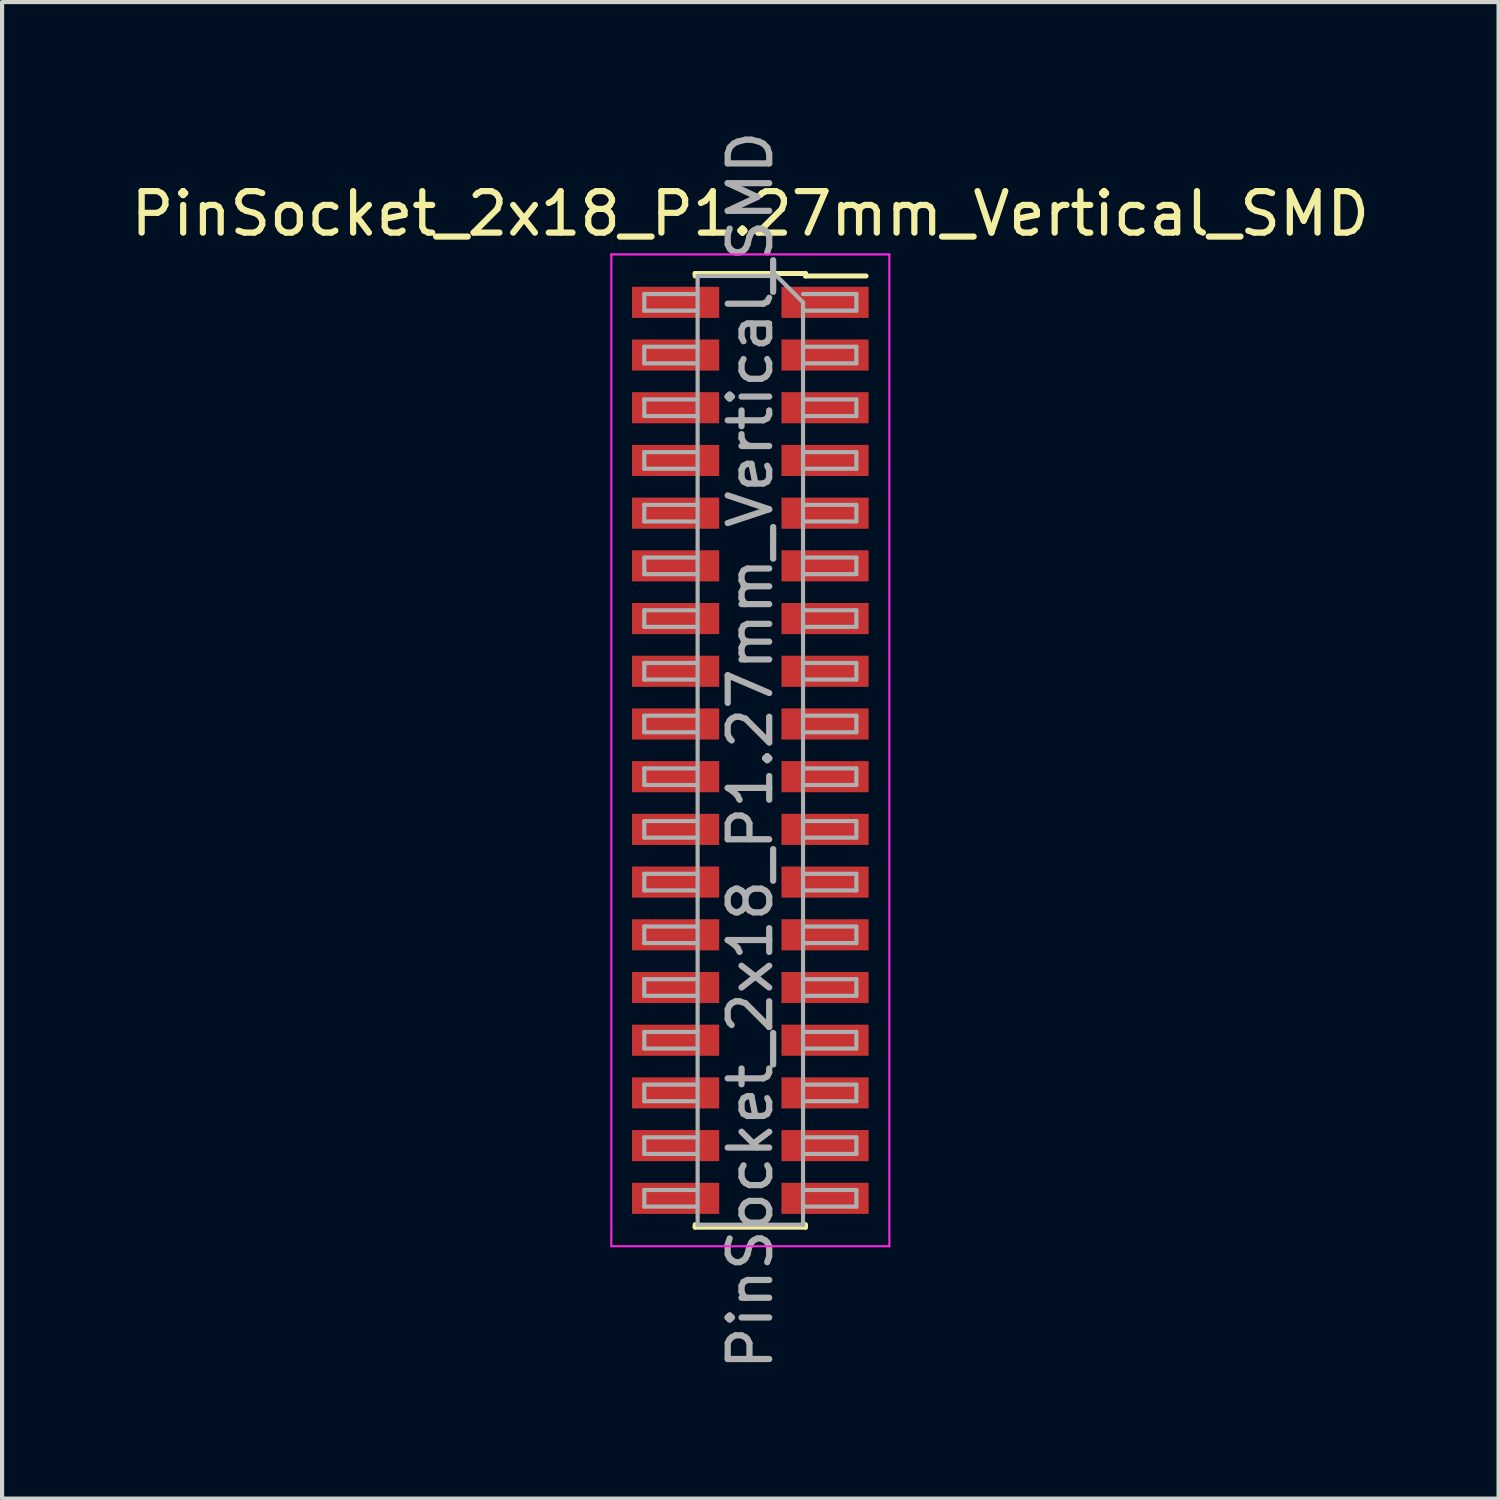
<source format=kicad_pcb>
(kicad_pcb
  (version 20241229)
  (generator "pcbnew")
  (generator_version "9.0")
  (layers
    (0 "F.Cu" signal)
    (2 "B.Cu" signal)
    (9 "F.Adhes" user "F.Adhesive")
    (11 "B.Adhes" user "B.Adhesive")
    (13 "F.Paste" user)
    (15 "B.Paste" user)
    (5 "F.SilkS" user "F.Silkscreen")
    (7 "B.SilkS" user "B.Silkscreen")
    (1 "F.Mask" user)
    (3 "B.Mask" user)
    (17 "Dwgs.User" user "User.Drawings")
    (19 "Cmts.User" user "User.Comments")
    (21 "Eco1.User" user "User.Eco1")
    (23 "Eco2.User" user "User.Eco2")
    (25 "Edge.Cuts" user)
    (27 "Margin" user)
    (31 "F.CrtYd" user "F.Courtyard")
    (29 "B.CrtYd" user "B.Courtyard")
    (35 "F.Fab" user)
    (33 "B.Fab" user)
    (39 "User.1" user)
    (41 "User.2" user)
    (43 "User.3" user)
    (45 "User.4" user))
  (footprint "PinSocket_2x18_P1.27mm_Vertical_SMD"
    (layer "F.Cu")
    (at 15.03 15.03)
    (property "Reference" "PinSocket_2x18_P1.27mm_Vertical_SMD" (at 0 -12.93 0) (layer "F.SilkS") (effects (font (size 1 1) (thickness 0.15))))
    (attr smd)
    (fp_line (start -1.33 -11.49) (end -1.33 -11.43) (stroke (width 0.12) (type solid)) (layer "F.SilkS"))
    (fp_line (start -1.33 -11.49) (end 1.33 -11.49) (stroke (width 0.12) (type solid)) (layer "F.SilkS"))
    (fp_line (start -1.33 11.43) (end -1.33 11.49) (stroke (width 0.12) (type solid)) (layer "F.SilkS"))
    (fp_line (start -1.33 11.49) (end 1.33 11.49) (stroke (width 0.12) (type solid)) (layer "F.SilkS"))
    (fp_line (start 1.33 -11.49) (end 1.33 -11.43) (stroke (width 0.12) (type solid)) (layer "F.SilkS"))
    (fp_line (start 1.33 -11.43) (end 2.79 -11.43) (stroke (width 0.12) (type solid)) (layer "F.SilkS"))
    (fp_line (start 1.33 11.43) (end 1.33 11.49) (stroke (width 0.12) (type solid)) (layer "F.SilkS"))
    (fp_line (start -3.35 -11.95) (end 3.35 -11.95) (stroke (width 0.05) (type solid)) (layer "F.CrtYd"))
    (fp_line (start -3.35 11.95) (end -3.35 -11.95) (stroke (width 0.05) (type solid)) (layer "F.CrtYd"))
    (fp_line (start 3.35 -11.95) (end 3.35 11.95) (stroke (width 0.05) (type solid)) (layer "F.CrtYd"))
    (fp_line (start 3.35 11.95) (end -3.35 11.95) (stroke (width 0.05) (type solid)) (layer "F.CrtYd"))
    (fp_line (start -2.555 -10.995) (end -1.27 -10.995) (stroke (width 0.1) (type solid)) (layer "F.Fab"))
    (fp_line (start -2.555 -10.595) (end -2.555 -10.995) (stroke (width 0.1) (type solid)) (layer "F.Fab"))
    (fp_line (start -2.555 -9.725) (end -1.27 -9.725) (stroke (width 0.1) (type solid)) (layer "F.Fab"))
    (fp_line (start -2.555 -9.325) (end -2.555 -9.725) (stroke (width 0.1) (type solid)) (layer "F.Fab"))
    (fp_line (start -2.555 -8.455) (end -1.27 -8.455) (stroke (width 0.1) (type solid)) (layer "F.Fab"))
    (fp_line (start -2.555 -8.055) (end -2.555 -8.455) (stroke (width 0.1) (type solid)) (layer "F.Fab"))
    (fp_line (start -2.555 -7.185) (end -1.27 -7.185) (stroke (width 0.1) (type solid)) (layer "F.Fab"))
    (fp_line (start -2.555 -6.785) (end -2.555 -7.185) (stroke (width 0.1) (type solid)) (layer "F.Fab"))
    (fp_line (start -2.555 -5.915) (end -1.27 -5.915) (stroke (width 0.1) (type solid)) (layer "F.Fab"))
    (fp_line (start -2.555 -5.515) (end -2.555 -5.915) (stroke (width 0.1) (type solid)) (layer "F.Fab"))
    (fp_line (start -2.555 -4.645) (end -1.27 -4.645) (stroke (width 0.1) (type solid)) (layer "F.Fab"))
    (fp_line (start -2.555 -4.245) (end -2.555 -4.645) (stroke (width 0.1) (type solid)) (layer "F.Fab"))
    (fp_line (start -2.555 -3.375) (end -1.27 -3.375) (stroke (width 0.1) (type solid)) (layer "F.Fab"))
    (fp_line (start -2.555 -2.975) (end -2.555 -3.375) (stroke (width 0.1) (type solid)) (layer "F.Fab"))
    (fp_line (start -2.555 -2.105) (end -1.27 -2.105) (stroke (width 0.1) (type solid)) (layer "F.Fab"))
    (fp_line (start -2.555 -1.705) (end -2.555 -2.105) (stroke (width 0.1) (type solid)) (layer "F.Fab"))
    (fp_line (start -2.555 -0.835) (end -1.27 -0.835) (stroke (width 0.1) (type solid)) (layer "F.Fab"))
    (fp_line (start -2.555 -0.435) (end -2.555 -0.835) (stroke (width 0.1) (type solid)) (layer "F.Fab"))
    (fp_line (start -2.555 0.435) (end -1.27 0.435) (stroke (width 0.1) (type solid)) (layer "F.Fab"))
    (fp_line (start -2.555 0.835) (end -2.555 0.435) (stroke (width 0.1) (type solid)) (layer "F.Fab"))
    (fp_line (start -2.555 1.705) (end -1.27 1.705) (stroke (width 0.1) (type solid)) (layer "F.Fab"))
    (fp_line (start -2.555 2.105) (end -2.555 1.705) (stroke (width 0.1) (type solid)) (layer "F.Fab"))
    (fp_line (start -2.555 2.975) (end -1.27 2.975) (stroke (width 0.1) (type solid)) (layer "F.Fab"))
    (fp_line (start -2.555 3.375) (end -2.555 2.975) (stroke (width 0.1) (type solid)) (layer "F.Fab"))
    (fp_line (start -2.555 4.245) (end -1.27 4.245) (stroke (width 0.1) (type solid)) (layer "F.Fab"))
    (fp_line (start -2.555 4.645) (end -2.555 4.245) (stroke (width 0.1) (type solid)) (layer "F.Fab"))
    (fp_line (start -2.555 5.515) (end -1.27 5.515) (stroke (width 0.1) (type solid)) (layer "F.Fab"))
    (fp_line (start -2.555 5.915) (end -2.555 5.515) (stroke (width 0.1) (type solid)) (layer "F.Fab"))
    (fp_line (start -2.555 6.785) (end -1.27 6.785) (stroke (width 0.1) (type solid)) (layer "F.Fab"))
    (fp_line (start -2.555 7.185) (end -2.555 6.785) (stroke (width 0.1) (type solid)) (layer "F.Fab"))
    (fp_line (start -2.555 8.055) (end -1.27 8.055) (stroke (width 0.1) (type solid)) (layer "F.Fab"))
    (fp_line (start -2.555 8.455) (end -2.555 8.055) (stroke (width 0.1) (type solid)) (layer "F.Fab"))
    (fp_line (start -2.555 9.325) (end -1.27 9.325) (stroke (width 0.1) (type solid)) (layer "F.Fab"))
    (fp_line (start -2.555 9.725) (end -2.555 9.325) (stroke (width 0.1) (type solid)) (layer "F.Fab"))
    (fp_line (start -2.555 10.595) (end -1.27 10.595) (stroke (width 0.1) (type solid)) (layer "F.Fab"))
    (fp_line (start -2.555 10.995) (end -2.555 10.595) (stroke (width 0.1) (type solid)) (layer "F.Fab"))
    (fp_line (start -1.27 -11.43) (end 0.635 -11.43) (stroke (width 0.1) (type solid)) (layer "F.Fab"))
    (fp_line (start -1.27 -10.595) (end -2.555 -10.595) (stroke (width 0.1) (type solid)) (layer "F.Fab"))
    (fp_line (start -1.27 -9.325) (end -2.555 -9.325) (stroke (width 0.1) (type solid)) (layer "F.Fab"))
    (fp_line (start -1.27 -8.055) (end -2.555 -8.055) (stroke (width 0.1) (type solid)) (layer "F.Fab"))
    (fp_line (start -1.27 -6.785) (end -2.555 -6.785) (stroke (width 0.1) (type solid)) (layer "F.Fab"))
    (fp_line (start -1.27 -5.515) (end -2.555 -5.515) (stroke (width 0.1) (type solid)) (layer "F.Fab"))
    (fp_line (start -1.27 -4.245) (end -2.555 -4.245) (stroke (width 0.1) (type solid)) (layer "F.Fab"))
    (fp_line (start -1.27 -2.975) (end -2.555 -2.975) (stroke (width 0.1) (type solid)) (layer "F.Fab"))
    (fp_line (start -1.27 -1.705) (end -2.555 -1.705) (stroke (width 0.1) (type solid)) (layer "F.Fab"))
    (fp_line (start -1.27 -0.435) (end -2.555 -0.435) (stroke (width 0.1) (type solid)) (layer "F.Fab"))
    (fp_line (start -1.27 0.835) (end -2.555 0.835) (stroke (width 0.1) (type solid)) (layer "F.Fab"))
    (fp_line (start -1.27 2.105) (end -2.555 2.105) (stroke (width 0.1) (type solid)) (layer "F.Fab"))
    (fp_line (start -1.27 3.375) (end -2.555 3.375) (stroke (width 0.1) (type solid)) (layer "F.Fab"))
    (fp_line (start -1.27 4.645) (end -2.555 4.645) (stroke (width 0.1) (type solid)) (layer "F.Fab"))
    (fp_line (start -1.27 5.915) (end -2.555 5.915) (stroke (width 0.1) (type solid)) (layer "F.Fab"))
    (fp_line (start -1.27 7.185) (end -2.555 7.185) (stroke (width 0.1) (type solid)) (layer "F.Fab"))
    (fp_line (start -1.27 8.455) (end -2.555 8.455) (stroke (width 0.1) (type solid)) (layer "F.Fab"))
    (fp_line (start -1.27 9.725) (end -2.555 9.725) (stroke (width 0.1) (type solid)) (layer "F.Fab"))
    (fp_line (start -1.27 10.995) (end -2.555 10.995) (stroke (width 0.1) (type solid)) (layer "F.Fab"))
    (fp_line (start -1.27 11.43) (end -1.27 -11.43) (stroke (width 0.1) (type solid)) (layer "F.Fab"))
    (fp_line (start 0.635 -11.43) (end 1.27 -10.795) (stroke (width 0.1) (type solid)) (layer "F.Fab"))
    (fp_line (start 1.27 -10.995) (end 2.555 -10.995) (stroke (width 0.1) (type solid)) (layer "F.Fab"))
    (fp_line (start 1.27 -10.795) (end 1.27 11.43) (stroke (width 0.1) (type solid)) (layer "F.Fab"))
    (fp_line (start 1.27 -9.725) (end 2.555 -9.725) (stroke (width 0.1) (type solid)) (layer "F.Fab"))
    (fp_line (start 1.27 -8.455) (end 2.555 -8.455) (stroke (width 0.1) (type solid)) (layer "F.Fab"))
    (fp_line (start 1.27 -7.185) (end 2.555 -7.185) (stroke (width 0.1) (type solid)) (layer "F.Fab"))
    (fp_line (start 1.27 -5.915) (end 2.555 -5.915) (stroke (width 0.1) (type solid)) (layer "F.Fab"))
    (fp_line (start 1.27 -4.645) (end 2.555 -4.645) (stroke (width 0.1) (type solid)) (layer "F.Fab"))
    (fp_line (start 1.27 -3.375) (end 2.555 -3.375) (stroke (width 0.1) (type solid)) (layer "F.Fab"))
    (fp_line (start 1.27 -2.105) (end 2.555 -2.105) (stroke (width 0.1) (type solid)) (layer "F.Fab"))
    (fp_line (start 1.27 -0.835) (end 2.555 -0.835) (stroke (width 0.1) (type solid)) (layer "F.Fab"))
    (fp_line (start 1.27 0.435) (end 2.555 0.435) (stroke (width 0.1) (type solid)) (layer "F.Fab"))
    (fp_line (start 1.27 1.705) (end 2.555 1.705) (stroke (width 0.1) (type solid)) (layer "F.Fab"))
    (fp_line (start 1.27 2.975) (end 2.555 2.975) (stroke (width 0.1) (type solid)) (layer "F.Fab"))
    (fp_line (start 1.27 4.245) (end 2.555 4.245) (stroke (width 0.1) (type solid)) (layer "F.Fab"))
    (fp_line (start 1.27 5.515) (end 2.555 5.515) (stroke (width 0.1) (type solid)) (layer "F.Fab"))
    (fp_line (start 1.27 6.785) (end 2.555 6.785) (stroke (width 0.1) (type solid)) (layer "F.Fab"))
    (fp_line (start 1.27 8.055) (end 2.555 8.055) (stroke (width 0.1) (type solid)) (layer "F.Fab"))
    (fp_line (start 1.27 9.325) (end 2.555 9.325) (stroke (width 0.1) (type solid)) (layer "F.Fab"))
    (fp_line (start 1.27 10.595) (end 2.555 10.595) (stroke (width 0.1) (type solid)) (layer "F.Fab"))
    (fp_line (start 1.27 11.43) (end -1.27 11.43) (stroke (width 0.1) (type solid)) (layer "F.Fab"))
    (fp_line (start 2.555 -10.995) (end 2.555 -10.595) (stroke (width 0.1) (type solid)) (layer "F.Fab"))
    (fp_line (start 2.555 -10.595) (end 1.27 -10.595) (stroke (width 0.1) (type solid)) (layer "F.Fab"))
    (fp_line (start 2.555 -9.725) (end 2.555 -9.325) (stroke (width 0.1) (type solid)) (layer "F.Fab"))
    (fp_line (start 2.555 -9.325) (end 1.27 -9.325) (stroke (width 0.1) (type solid)) (layer "F.Fab"))
    (fp_line (start 2.555 -8.455) (end 2.555 -8.055) (stroke (width 0.1) (type solid)) (layer "F.Fab"))
    (fp_line (start 2.555 -8.055) (end 1.27 -8.055) (stroke (width 0.1) (type solid)) (layer "F.Fab"))
    (fp_line (start 2.555 -7.185) (end 2.555 -6.785) (stroke (width 0.1) (type solid)) (layer "F.Fab"))
    (fp_line (start 2.555 -6.785) (end 1.27 -6.785) (stroke (width 0.1) (type solid)) (layer "F.Fab"))
    (fp_line (start 2.555 -5.915) (end 2.555 -5.515) (stroke (width 0.1) (type solid)) (layer "F.Fab"))
    (fp_line (start 2.555 -5.515) (end 1.27 -5.515) (stroke (width 0.1) (type solid)) (layer "F.Fab"))
    (fp_line (start 2.555 -4.645) (end 2.555 -4.245) (stroke (width 0.1) (type solid)) (layer "F.Fab"))
    (fp_line (start 2.555 -4.245) (end 1.27 -4.245) (stroke (width 0.1) (type solid)) (layer "F.Fab"))
    (fp_line (start 2.555 -3.375) (end 2.555 -2.975) (stroke (width 0.1) (type solid)) (layer "F.Fab"))
    (fp_line (start 2.555 -2.975) (end 1.27 -2.975) (stroke (width 0.1) (type solid)) (layer "F.Fab"))
    (fp_line (start 2.555 -2.105) (end 2.555 -1.705) (stroke (width 0.1) (type solid)) (layer "F.Fab"))
    (fp_line (start 2.555 -1.705) (end 1.27 -1.705) (stroke (width 0.1) (type solid)) (layer "F.Fab"))
    (fp_line (start 2.555 -0.835) (end 2.555 -0.435) (stroke (width 0.1) (type solid)) (layer "F.Fab"))
    (fp_line (start 2.555 -0.435) (end 1.27 -0.435) (stroke (width 0.1) (type solid)) (layer "F.Fab"))
    (fp_line (start 2.555 0.435) (end 2.555 0.835) (stroke (width 0.1) (type solid)) (layer "F.Fab"))
    (fp_line (start 2.555 0.835) (end 1.27 0.835) (stroke (width 0.1) (type solid)) (layer "F.Fab"))
    (fp_line (start 2.555 1.705) (end 2.555 2.105) (stroke (width 0.1) (type solid)) (layer "F.Fab"))
    (fp_line (start 2.555 2.105) (end 1.27 2.105) (stroke (width 0.1) (type solid)) (layer "F.Fab"))
    (fp_line (start 2.555 2.975) (end 2.555 3.375) (stroke (width 0.1) (type solid)) (layer "F.Fab"))
    (fp_line (start 2.555 3.375) (end 1.27 3.375) (stroke (width 0.1) (type solid)) (layer "F.Fab"))
    (fp_line (start 2.555 4.245) (end 2.555 4.645) (stroke (width 0.1) (type solid)) (layer "F.Fab"))
    (fp_line (start 2.555 4.645) (end 1.27 4.645) (stroke (width 0.1) (type solid)) (layer "F.Fab"))
    (fp_line (start 2.555 5.515) (end 2.555 5.915) (stroke (width 0.1) (type solid)) (layer "F.Fab"))
    (fp_line (start 2.555 5.915) (end 1.27 5.915) (stroke (width 0.1) (type solid)) (layer "F.Fab"))
    (fp_line (start 2.555 6.785) (end 2.555 7.185) (stroke (width 0.1) (type solid)) (layer "F.Fab"))
    (fp_line (start 2.555 7.185) (end 1.27 7.185) (stroke (width 0.1) (type solid)) (layer "F.Fab"))
    (fp_line (start 2.555 8.055) (end 2.555 8.455) (stroke (width 0.1) (type solid)) (layer "F.Fab"))
    (fp_line (start 2.555 8.455) (end 1.27 8.455) (stroke (width 0.1) (type solid)) (layer "F.Fab"))
    (fp_line (start 2.555 9.325) (end 2.555 9.725) (stroke (width 0.1) (type solid)) (layer "F.Fab"))
    (fp_line (start 2.555 9.725) (end 1.27 9.725) (stroke (width 0.1) (type solid)) (layer "F.Fab"))
    (fp_line (start 2.555 10.595) (end 2.555 10.995) (stroke (width 0.1) (type solid)) (layer "F.Fab"))
    (fp_line (start 2.555 10.995) (end 1.27 10.995) (stroke (width 0.1) (type solid)) (layer "F.Fab"))
    (fp_text user "${REFERENCE}" (at 0 0 90) (layer "F.Fab") (effects (font (size 1 1) (thickness 0.15))))
    (pad "1" smd rect (at 1.8 -10.795) (size 2.1 0.75) (layers "F.Cu" "F.Mask" "F.Paste"))
    (pad "2" smd rect (at -1.8 -10.795) (size 2.1 0.75) (layers "F.Cu" "F.Mask" "F.Paste"))
    (pad "3" smd rect (at 1.8 -9.525) (size 2.1 0.75) (layers "F.Cu" "F.Mask" "F.Paste"))
    (pad "4" smd rect (at -1.8 -9.525) (size 2.1 0.75) (layers "F.Cu" "F.Mask" "F.Paste"))
    (pad "5" smd rect (at 1.8 -8.255) (size 2.1 0.75) (layers "F.Cu" "F.Mask" "F.Paste"))
    (pad "6" smd rect (at -1.8 -8.255) (size 2.1 0.75) (layers "F.Cu" "F.Mask" "F.Paste"))
    (pad "7" smd rect (at 1.8 -6.985) (size 2.1 0.75) (layers "F.Cu" "F.Mask" "F.Paste"))
    (pad "8" smd rect (at -1.8 -6.985) (size 2.1 0.75) (layers "F.Cu" "F.Mask" "F.Paste"))
    (pad "9" smd rect (at 1.8 -5.715) (size 2.1 0.75) (layers "F.Cu" "F.Mask" "F.Paste"))
    (pad "10" smd rect (at -1.8 -5.715) (size 2.1 0.75) (layers "F.Cu" "F.Mask" "F.Paste"))
    (pad "11" smd rect (at 1.8 -4.445) (size 2.1 0.75) (layers "F.Cu" "F.Mask" "F.Paste"))
    (pad "12" smd rect (at -1.8 -4.445) (size 2.1 0.75) (layers "F.Cu" "F.Mask" "F.Paste"))
    (pad "13" smd rect (at 1.8 -3.175) (size 2.1 0.75) (layers "F.Cu" "F.Mask" "F.Paste"))
    (pad "14" smd rect (at -1.8 -3.175) (size 2.1 0.75) (layers "F.Cu" "F.Mask" "F.Paste"))
    (pad "15" smd rect (at 1.8 -1.905) (size 2.1 0.75) (layers "F.Cu" "F.Mask" "F.Paste"))
    (pad "16" smd rect (at -1.8 -1.905) (size 2.1 0.75) (layers "F.Cu" "F.Mask" "F.Paste"))
    (pad "17" smd rect (at 1.8 -0.635) (size 2.1 0.75) (layers "F.Cu" "F.Mask" "F.Paste"))
    (pad "18" smd rect (at -1.8 -0.635) (size 2.1 0.75) (layers "F.Cu" "F.Mask" "F.Paste"))
    (pad "19" smd rect (at 1.8 0.635) (size 2.1 0.75) (layers "F.Cu" "F.Mask" "F.Paste"))
    (pad "20" smd rect (at -1.8 0.635) (size 2.1 0.75) (layers "F.Cu" "F.Mask" "F.Paste"))
    (pad "21" smd rect (at 1.8 1.905) (size 2.1 0.75) (layers "F.Cu" "F.Mask" "F.Paste"))
    (pad "22" smd rect (at -1.8 1.905) (size 2.1 0.75) (layers "F.Cu" "F.Mask" "F.Paste"))
    (pad "23" smd rect (at 1.8 3.175) (size 2.1 0.75) (layers "F.Cu" "F.Mask" "F.Paste"))
    (pad "24" smd rect (at -1.8 3.175) (size 2.1 0.75) (layers "F.Cu" "F.Mask" "F.Paste"))
    (pad "25" smd rect (at 1.8 4.445) (size 2.1 0.75) (layers "F.Cu" "F.Mask" "F.Paste"))
    (pad "26" smd rect (at -1.8 4.445) (size 2.1 0.75) (layers "F.Cu" "F.Mask" "F.Paste"))
    (pad "27" smd rect (at 1.8 5.715) (size 2.1 0.75) (layers "F.Cu" "F.Mask" "F.Paste"))
    (pad "28" smd rect (at -1.8 5.715) (size 2.1 0.75) (layers "F.Cu" "F.Mask" "F.Paste"))
    (pad "29" smd rect (at 1.8 6.985) (size 2.1 0.75) (layers "F.Cu" "F.Mask" "F.Paste"))
    (pad "30" smd rect (at -1.8 6.985) (size 2.1 0.75) (layers "F.Cu" "F.Mask" "F.Paste"))
    (pad "31" smd rect (at 1.8 8.255) (size 2.1 0.75) (layers "F.Cu" "F.Mask" "F.Paste"))
    (pad "32" smd rect (at -1.8 8.255) (size 2.1 0.75) (layers "F.Cu" "F.Mask" "F.Paste"))
    (pad "33" smd rect (at 1.8 9.525) (size 2.1 0.75) (layers "F.Cu" "F.Mask" "F.Paste"))
    (pad "34" smd rect (at -1.8 9.525) (size 2.1 0.75) (layers "F.Cu" "F.Mask" "F.Paste"))
    (pad "35" smd rect (at 1.8 10.795) (size 2.1 0.75) (layers "F.Cu" "F.Mask" "F.Paste"))
    (pad "36" smd rect (at -1.8 10.795) (size 2.1 0.75) (layers "F.Cu" "F.Mask" "F.Paste")))
  (gr_rect
    (start -3 -3)
    (end 33.06 33.06)
    (stroke (width 0.1) (type default))
    (fill no)
    (layer "Edge.Cuts")))
</source>
